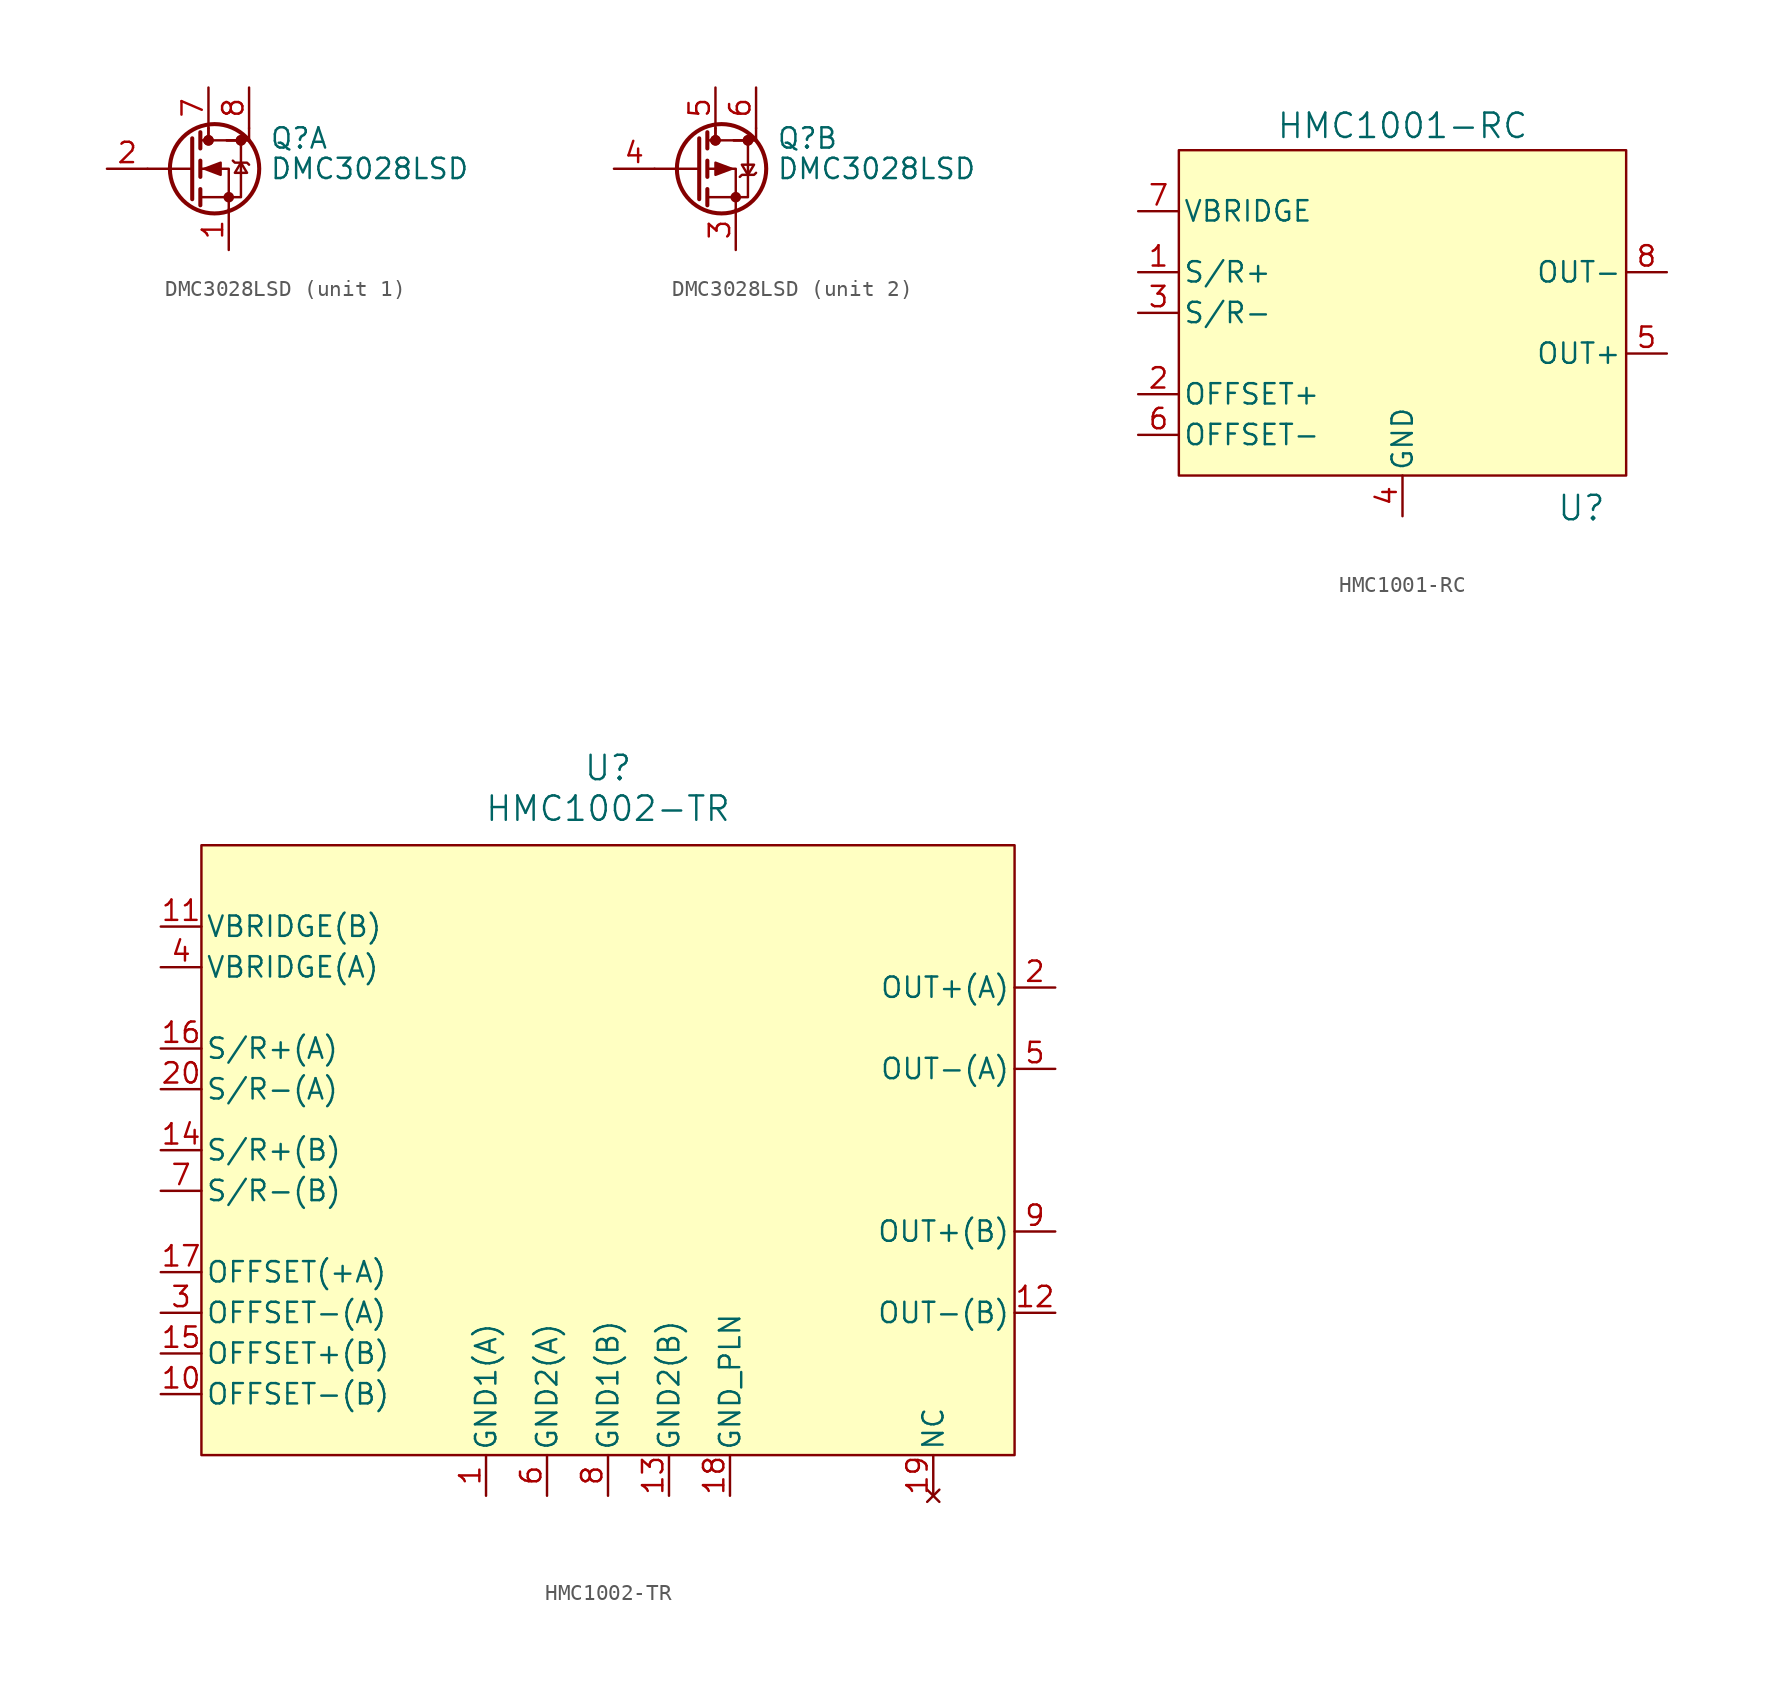
<source format=kicad_sym>
(kicad_symbol_lib
  (version 20241209)
  (generator "kicad_symbol_editor")
  (generator_version "9.0")
  (symbol "DMC3028LSD"
    (pin_names
      (hide yes))
    (property "Reference" "Q"
      (at 2.54 1.905 0)
      (effects (font (size 1.27 1.27)) (justify left)))
    (property "Value" "DMC3028LSD"
      (at 2.54 0 0)
      (effects (font (size 1.27 1.27)) (justify left)))
    (property "ki_locked" ""
      (at 0 0 0)
      (effects (font (size 1.27 1.27))))
    (symbol "DMC3028LSD_0_1"
      (polyline (pts (xy -2.286 1.905) (xy -2.286 -1.905)) (stroke (width 0.254) (type default)) (fill (type none)))
      (polyline (pts (xy -2.286 0) (xy -5.08 0)) (stroke (width 0) (type default)) (fill (type none)))
      (polyline (pts (xy -1.778 2.286) (xy -1.778 1.27)) (stroke (width 0.254) (type default)) (fill (type none)))
      (polyline (pts (xy -1.778 0.508) (xy -1.778 -0.508)) (stroke (width 0.254) (type default)) (fill (type none)))
      (polyline (pts (xy -1.778 -1.27) (xy -1.778 -2.286)) (stroke (width 0.254) (type default)) (fill (type none)))
      (polyline (pts (xy -1.778 -1.778) (xy 0.762 -1.778) (xy 0.762 1.778) (xy -1.778 1.778)) (stroke (width 0) (type default)) (fill (type none)))
      (polyline (pts (xy -1.27 2.54) (xy -1.27 1.778)) (stroke (width 0) (type default)) (fill (type none)))
      (polyline (pts (xy -1.27 2.54) (xy -1.27 1.778)) (stroke (width 0) (type default)) (fill (type none)))
      (circle (center -1.27 1.778) (radius 0.254) (stroke (width 0) (type default)) (fill (type outline)))
      (circle (center -1.27 1.778) (radius 0.254) (stroke (width 0) (type default)) (fill (type outline)))
      (circle (center -0.889 0) (radius 2.794) (stroke (width 0.254) (type default)) (fill (type none)))
      (polyline (pts (xy -0.127 1.778) (xy 1.143 1.778)) (stroke (width 0) (type default)) (fill (type none)))
      (polyline (pts (xy -0.127 1.778) (xy 1.143 1.778)) (stroke (width 0) (type default)) (fill (type none)))
      (circle (center 0 -1.778) (radius 0.254) (stroke (width 0) (type default)) (fill (type outline)))
      (polyline (pts (xy 0 -2.54) (xy 0 0) (xy -1.778 0)) (stroke (width 0) (type default)) (fill (type none)))
      (circle (center 0.762 1.778) (radius 0.254) (stroke (width 0) (type default)) (fill (type outline)))
      (circle (center 0.762 1.778) (radius 0.254) (stroke (width 0) (type default)) (fill (type outline)))
      (polyline (pts (xy 1.27 2.54) (xy 1.27 1.778)) (stroke (width 0) (type default)) (fill (type none))))
    (symbol "DMC3028LSD_1_0"
      (pin passive line (at -1.27 5.08 270) (length 2.54) (name "D1" (effects (font (size 1.27 1.27)))) (number "7" (effects (font (size 1.27 1.27))))))
    (symbol "DMC3028LSD_1_1"
      (polyline (pts (xy -1.524 0) (xy -0.508 0.381) (xy -0.508 -0.381) (xy -1.524 0)) (stroke (width 0) (type default)) (fill (type outline)))
      (polyline (pts (xy 0.254 0.508) (xy 0.381 0.381) (xy 1.143 0.381) (xy 1.27 0.254)) (stroke (width 0) (type default)) (fill (type none)))
      (polyline (pts (xy 0.762 0.381) (xy 0.381 -0.254) (xy 1.143 -0.254) (xy 0.762 0.381)) (stroke (width 0) (type default)) (fill (type none)))
      (pin passive line (at -7.62 0 0) (length 2.54) (name "G1" (effects (font (size 1.27 1.27)))) (number "2" (effects (font (size 1.27 1.27)))))
      (pin passive line (at 0 -5.08 90) (length 2.54) (name "S1" (effects (font (size 1.27 1.27)))) (number "1" (effects (font (size 1.27 1.27)))))
      (pin passive line (at 1.27 5.08 270) (length 2.54) (name "D1" (effects (font (size 1.27 1.27)))) (number "8" (effects (font (size 1.27 1.27))))))
    (symbol "DMC3028LSD_2_1"
      (polyline (pts (xy -0.254 0) (xy -1.27 0.381) (xy -1.27 -0.381) (xy -0.254 0)) (stroke (width 0) (type default)) (fill (type outline)))
      (polyline (pts (xy 0.254 -0.508) (xy 0.381 -0.381) (xy 1.143 -0.381) (xy 1.27 -0.254)) (stroke (width 0) (type default)) (fill (type none)))
      (polyline (pts (xy 0.762 -0.381) (xy 0.381 0.254) (xy 1.143 0.254) (xy 0.762 -0.381)) (stroke (width 0) (type default)) (fill (type none)))
      (pin passive line (at -7.62 0 0) (length 2.54) (name "G2" (effects (font (size 1.27 1.27)))) (number "4" (effects (font (size 1.27 1.27)))))
      (pin passive line (at -1.27 5.08 270) (length 2.54) (name "D2" (effects (font (size 1.27 1.27)))) (number "5" (effects (font (size 1.27 1.27)))))
      (pin passive line (at 0 -5.08 90) (length 2.54) (name "S2" (effects (font (size 1.27 1.27)))) (number "3" (effects (font (size 1.27 1.27)))))
      (pin passive line (at 1.27 5.08 270) (length 2.54) (name "D2" (effects (font (size 1.27 1.27)))) (number "6" (effects (font (size 1.27 1.27)))))))
  (symbol "HMC1001-RC"
    (pin_names
      (offset 0.254))
    (property "Reference" "U"
      (at 11.176 -12.192 0)
      (effects (font (size 1.524 1.524))))
    (property "Value" "HMC1001-RC"
      (at 0 11.684 0)
      (effects (font (size 1.524 1.524))))
    (property "ki_locked" ""
      (at 0 0 0)
      (effects (font (size 1.27 1.27))))
    (symbol "HMC1001-RC_1_1"
      (rectangle (start -13.97 10.16) (end 13.97 -10.16) (stroke (width 0) (type solid)) (fill (type background)))
      (pin power_in line (at -16.51 6.35 0) (length 2.54) (name "VBRIDGE" (effects (font (size 1.27 1.27)))) (number "7" (effects (font (size 1.27 1.27)))))
      (pin power_in line (at -16.51 2.54 0) (length 2.54) (name "S/R+" (effects (font (size 1.27 1.27)))) (number "1" (effects (font (size 1.27 1.27)))))
      (pin power_out line (at -16.51 0 0) (length 2.54) (name "S/R-" (effects (font (size 1.27 1.27)))) (number "3" (effects (font (size 1.27 1.27)))))
      (pin unspecified line (at -16.51 -5.08 0) (length 2.54) (name "OFFSET+" (effects (font (size 1.27 1.27)))) (number "2" (effects (font (size 1.27 1.27)))))
      (pin unspecified line (at -16.51 -7.62 0) (length 2.54) (name "OFFSET-" (effects (font (size 1.27 1.27)))) (number "6" (effects (font (size 1.27 1.27)))))
      (pin power_out line (at 0 -12.7 90) (length 2.54) (name "GND" (effects (font (size 1.27 1.27)))) (number "4" (effects (font (size 1.27 1.27)))))
      (pin output line (at 16.51 2.54 180) (length 2.54) (name "OUT-" (effects (font (size 1.27 1.27)))) (number "8" (effects (font (size 1.27 1.27)))))
      (pin output line (at 16.51 -2.54 180) (length 2.54) (name "OUT+" (effects (font (size 1.27 1.27)))) (number "5" (effects (font (size 1.27 1.27)))))))
  (symbol "HMC1002-TR"
    (pin_names
      (offset 0.254))
    (property "Reference" "U"
      (at 0 23.876 0)
      (effects (font (size 1.524 1.524))))
    (property "Value" "HMC1002-TR"
      (at 0 21.336 0)
      (effects (font (size 1.524 1.524))))
    (property "ki_locked" ""
      (at 0 0 0)
      (effects (font (size 1.27 1.27))))
    (symbol "HMC1002-TR_1_1"
      (rectangle (start -25.4 19.05) (end 25.4 -19.05) (stroke (width 0) (type solid)) (fill (type background)))
      (pin unspecified line (at -27.94 13.97 0) (length 2.54) (name "VBRIDGE(B)" (effects (font (size 1.27 1.27)))) (number "11" (effects (font (size 1.27 1.27)))))
      (pin unspecified line (at -27.94 11.43 0) (length 2.54) (name "VBRIDGE(A)" (effects (font (size 1.27 1.27)))) (number "4" (effects (font (size 1.27 1.27)))))
      (pin unspecified line (at -27.94 6.35 0) (length 2.54) (name "S/R+(A)" (effects (font (size 1.27 1.27)))) (number "16" (effects (font (size 1.27 1.27)))))
      (pin bidirectional line (at -27.94 3.81 0) (length 2.54) (name "S/R-(A)" (effects (font (size 1.27 1.27)))) (number "20" (effects (font (size 1.27 1.27)))))
      (pin unspecified line (at -27.94 0 0) (length 2.54) (name "S/R+(B)" (effects (font (size 1.27 1.27)))) (number "14" (effects (font (size 1.27 1.27)))))
      (pin bidirectional line (at -27.94 -2.54 0) (length 2.54) (name "S/R-(B)" (effects (font (size 1.27 1.27)))) (number "7" (effects (font (size 1.27 1.27)))))
      (pin unspecified line (at -27.94 -7.62 0) (length 2.54) (name "OFFSET(+A)" (effects (font (size 1.27 1.27)))) (number "17" (effects (font (size 1.27 1.27)))))
      (pin bidirectional line (at -27.94 -10.16 0) (length 2.54) (name "OFFSET-(A)" (effects (font (size 1.27 1.27)))) (number "3" (effects (font (size 1.27 1.27)))))
      (pin unspecified line (at -27.94 -12.7 0) (length 2.54) (name "OFFSET+(B)" (effects (font (size 1.27 1.27)))) (number "15" (effects (font (size 1.27 1.27)))))
      (pin bidirectional line (at -27.94 -15.24 0) (length 2.54) (name "OFFSET-(B)" (effects (font (size 1.27 1.27)))) (number "10" (effects (font (size 1.27 1.27)))))
      (pin power_out line (at -7.62 -21.59 90) (length 2.54) (name "GND1(A)" (effects (font (size 1.27 1.27)))) (number "1" (effects (font (size 1.27 1.27)))))
      (pin power_out line (at -3.81 -21.59 90) (length 2.54) (name "GND2(A)" (effects (font (size 1.27 1.27)))) (number "6" (effects (font (size 1.27 1.27)))))
      (pin power_out line (at 0 -21.59 90) (length 2.54) (name "GND1(B)" (effects (font (size 1.27 1.27)))) (number "8" (effects (font (size 1.27 1.27)))))
      (pin power_out line (at 3.81 -21.59 90) (length 2.54) (name "GND2(B)" (effects (font (size 1.27 1.27)))) (number "13" (effects (font (size 1.27 1.27)))))
      (pin power_out line (at 7.62 -21.59 90) (length 2.54) (name "GND_PLN" (effects (font (size 1.27 1.27)))) (number "18" (effects (font (size 1.27 1.27)))))
      (pin no_connect line (at 20.32 -21.59 90) (length 2.54) (name "NC" (effects (font (size 1.27 1.27)))) (number "19" (effects (font (size 1.27 1.27)))))
      (pin output line (at 27.94 10.16 180) (length 2.54) (name "OUT+(A)" (effects (font (size 1.27 1.27)))) (number "2" (effects (font (size 1.27 1.27)))))
      (pin output line (at 27.94 5.08 180) (length 2.54) (name "OUT-(A)" (effects (font (size 1.27 1.27)))) (number "5" (effects (font (size 1.27 1.27)))))
      (pin output line (at 27.94 -5.08 180) (length 2.54) (name "OUT+(B)" (effects (font (size 1.27 1.27)))) (number "9" (effects (font (size 1.27 1.27)))))
      (pin output line (at 27.94 -10.16 180) (length 2.54) (name "OUT-(B)" (effects (font (size 1.27 1.27)))) (number "12" (effects (font (size 1.27 1.27))))))))
</source>
